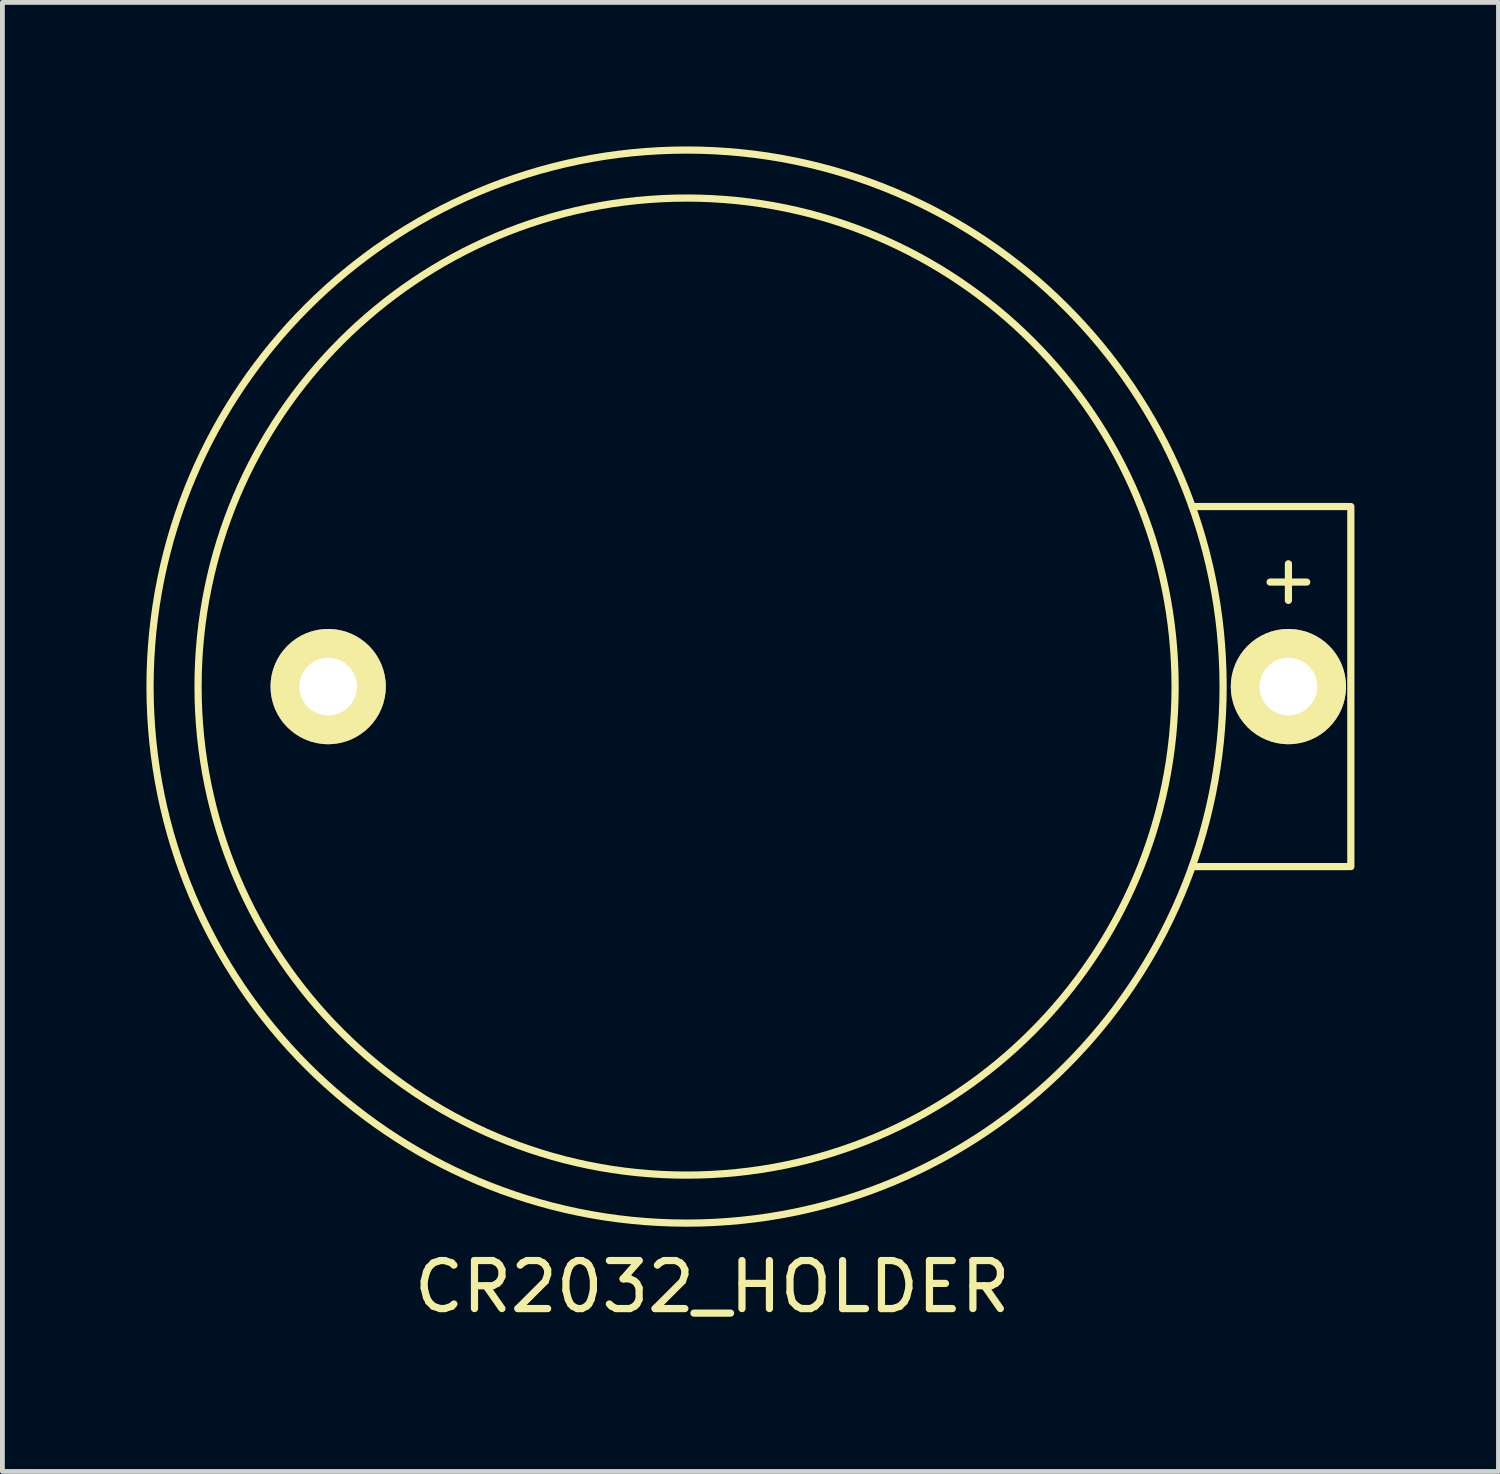
<source format=kicad_pcb>
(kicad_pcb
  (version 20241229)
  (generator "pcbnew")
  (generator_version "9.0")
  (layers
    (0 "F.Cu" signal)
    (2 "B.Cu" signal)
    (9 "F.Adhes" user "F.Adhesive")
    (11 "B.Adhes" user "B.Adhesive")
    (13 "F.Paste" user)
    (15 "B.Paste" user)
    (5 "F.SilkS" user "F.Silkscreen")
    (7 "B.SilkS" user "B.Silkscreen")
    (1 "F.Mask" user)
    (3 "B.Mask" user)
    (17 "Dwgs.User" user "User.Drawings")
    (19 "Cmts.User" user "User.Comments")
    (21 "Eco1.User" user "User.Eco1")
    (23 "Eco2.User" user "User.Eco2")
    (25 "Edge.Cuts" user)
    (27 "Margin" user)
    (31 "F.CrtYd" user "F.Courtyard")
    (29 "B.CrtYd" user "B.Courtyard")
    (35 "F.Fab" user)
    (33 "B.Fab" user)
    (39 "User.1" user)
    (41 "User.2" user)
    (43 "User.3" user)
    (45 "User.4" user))
  (footprint "CR2032_HOLDER"
    (layer "F.Cu")
    (at 3.785 11.25)
    (property "Reference" "CR2032_HOLDER" (at 8 12.5 0) (layer "F.SilkS") (effects (font (size 1 1) (thickness 0.15))))
    (attr through_hole)
    (fp_line (start 21.25 -3.75) (end 18 -3.75) (stroke (width 0.15) (type solid)) (layer "F.SilkS"))
    (fp_line (start 21.25 3.75) (end 18 3.75) (stroke (width 0.15) (type solid)) (layer "F.SilkS"))
    (fp_line (start 21.3 -3.75) (end 21.3 3.75) (stroke (width 0.15) (type solid)) (layer "F.SilkS"))
    (fp_circle (center 7.465 0) (end 17.64 0) (stroke (width 0.15) (type solid)) (fill no) (layer "F.SilkS"))
    (fp_circle (center 7.465 0) (end 18.64 0) (stroke (width 0.15) (type solid)) (fill no) (layer "F.SilkS"))
    (fp_text user "+" (at 20 -2.25 0) (layer "F.SilkS") (effects (font (size 1 1) (thickness 0.15))))
    (pad "1" thru_hole circle (at 20 0) (size 2.4 2.4) (drill 1.2) (layers "*.Cu" "*.Mask" "F.SilkS"))
    (pad "2" thru_hole circle (at 0 0) (size 2.4 2.4) (drill 1.2) (layers "*.Cu" "*.Mask" "F.SilkS")))
  (gr_rect
    (start -3 -3)
    (end 28.16 27.598)
    (stroke (width 0.1) (type default))
    (fill no)
    (layer "Edge.Cuts")))
</source>
